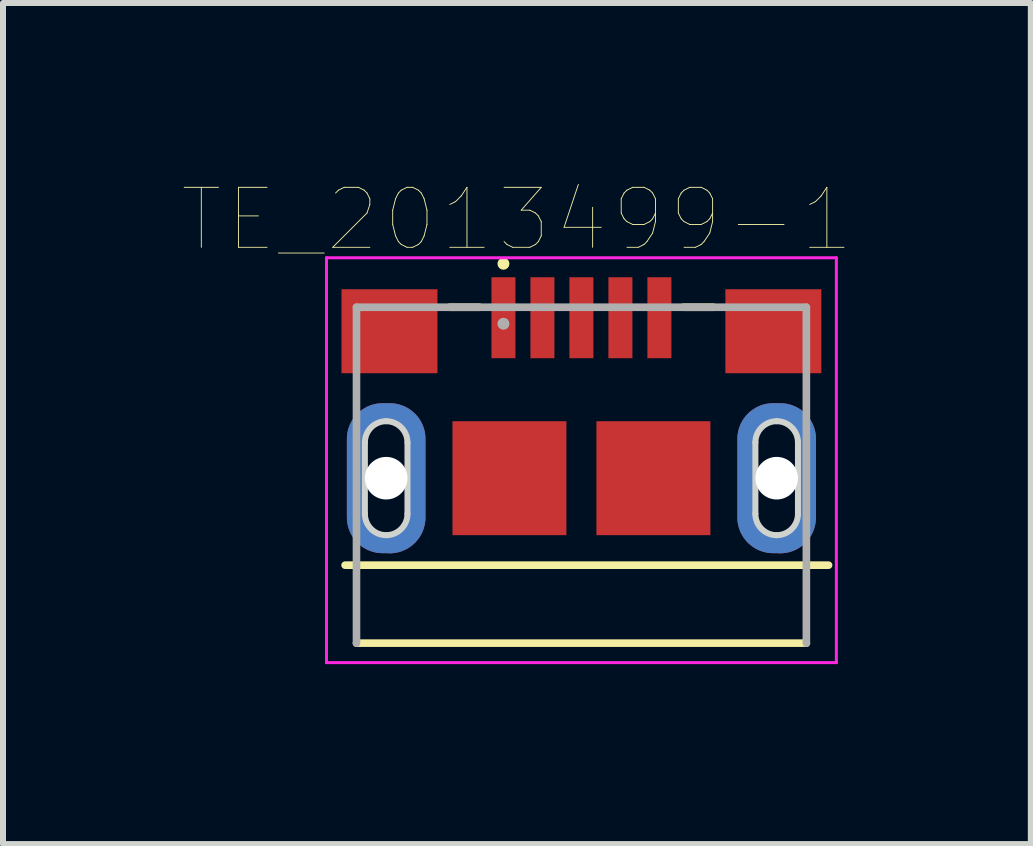
<source format=kicad_pcb>
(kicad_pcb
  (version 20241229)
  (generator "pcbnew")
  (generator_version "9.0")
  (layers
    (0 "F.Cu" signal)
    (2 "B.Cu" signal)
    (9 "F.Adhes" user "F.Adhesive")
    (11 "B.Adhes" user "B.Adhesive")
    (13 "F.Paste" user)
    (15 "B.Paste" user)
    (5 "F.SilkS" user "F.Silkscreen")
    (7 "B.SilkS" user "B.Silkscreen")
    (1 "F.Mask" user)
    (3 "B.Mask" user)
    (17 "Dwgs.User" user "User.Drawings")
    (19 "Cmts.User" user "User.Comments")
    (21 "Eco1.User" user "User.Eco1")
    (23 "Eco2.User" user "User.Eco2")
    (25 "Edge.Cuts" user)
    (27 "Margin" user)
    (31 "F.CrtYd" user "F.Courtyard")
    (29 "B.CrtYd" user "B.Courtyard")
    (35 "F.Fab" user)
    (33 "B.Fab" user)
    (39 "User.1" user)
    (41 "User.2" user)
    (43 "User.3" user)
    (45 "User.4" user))
  (footprint "TE_2013499-1"
    (layer "F.Cu")
    (at 6.643 2.247)
    (property "Reference" "TE_2013499-1" (at -1.075 -1.636 0) (layer "F.SilkS") (effects (font (size 1 1) (thickness 0.015))))
    (attr through_hole)
    (fp_poly (pts (xy -3.61 2.675) (xy -3.61 3.27) (xy -3.61 3.289) (xy -3.608 3.307) (xy -3.606 3.326) (xy -3.602 3.344) (xy -3.598 3.362) (xy -3.593 3.38) (xy -3.586 3.397) (xy -3.579 3.414) (xy -3.571 3.431) (xy -3.562 3.447) (xy -3.553 3.463) (xy -3.542 3.479) (xy -3.531 3.493) (xy -3.519 3.508) (xy -3.506 3.521) (xy -3.493 3.534) (xy -3.478 3.546) (xy -3.464 3.557) (xy -3.448 3.568) (xy -3.433 3.577) (xy -3.416 3.586) (xy -3.399 3.594) (xy -3.382 3.601) (xy -3.365 3.608) (xy -3.347 3.613) (xy -3.329 3.617) (xy -3.311 3.621) (xy -3.292 3.623) (xy -3.274 3.625) (xy -3.255 3.625) (xy -3.236 3.625) (xy -3.218 3.623) (xy -3.199 3.621) (xy -3.181 3.617) (xy -3.163 3.613) (xy -3.145 3.608) (xy -3.128 3.601) (xy -3.111 3.594) (xy -3.094 3.586) (xy -3.078 3.577) (xy -3.062 3.568) (xy -3.046 3.557) (xy -3.032 3.546) (xy -3.017 3.534) (xy -3.004 3.521) (xy -2.991 3.508) (xy -2.979 3.493) (xy -2.968 3.479) (xy -2.957 3.463) (xy -2.948 3.447) (xy -2.939 3.431) (xy -2.931 3.414) (xy -2.924 3.397) (xy -2.917 3.38) (xy -2.912 3.362) (xy -2.908 3.344) (xy -2.904 3.326) (xy -2.902 3.307) (xy -2.9 3.289) (xy -2.9 3.27) (xy -2.9 2.08) (xy -2.9 2.061) (xy -2.902 2.043) (xy -2.904 2.024) (xy -2.908 2.006) (xy -2.912 1.988) (xy -2.917 1.97) (xy -2.924 1.953) (xy -2.931 1.936) (xy -2.939 1.919) (xy -2.948 1.903) (xy -2.957 1.887) (xy -2.968 1.871) (xy -2.979 1.857) (xy -2.991 1.842) (xy -3.004 1.829) (xy -3.017 1.816) (xy -3.032 1.804) (xy -3.046 1.793) (xy -3.062 1.782) (xy -3.078 1.773) (xy -3.094 1.764) (xy -3.111 1.756) (xy -3.128 1.749) (xy -3.145 1.742) (xy -3.163 1.737) (xy -3.181 1.733) (xy -3.199 1.729) (xy -3.218 1.727) (xy -3.236 1.725) (xy -3.255 1.725) (xy -3.274 1.725) (xy -3.292 1.727) (xy -3.311 1.729) (xy -3.329 1.733) (xy -3.347 1.737) (xy -3.365 1.742) (xy -3.382 1.749) (xy -3.399 1.756) (xy -3.416 1.764) (xy -3.433 1.773) (xy -3.448 1.782) (xy -3.464 1.793) (xy -3.478 1.804) (xy -3.493 1.816) (xy -3.506 1.829) (xy -3.519 1.842) (xy -3.531 1.857) (xy -3.542 1.871) (xy -3.553 1.887) (xy -3.562 1.903) (xy -3.571 1.919) (xy -3.579 1.936) (xy -3.586 1.953) (xy -3.593 1.97) (xy -3.598 1.988) (xy -3.602 2.006) (xy -3.606 2.024) (xy -3.608 2.043) (xy -3.61 2.061) (xy -3.61 2.08) (xy -3.61 2.675) (xy -3.91 2.675) (xy -3.91 2.02) (xy -3.909 1.989) (xy -3.907 1.958) (xy -3.903 1.927) (xy -3.897 1.896) (xy -3.89 1.866) (xy -3.881 1.836) (xy -3.87 1.807) (xy -3.859 1.778) (xy -3.845 1.75) (xy -3.83 1.722) (xy -3.814 1.696) (xy -3.796 1.67) (xy -3.777 1.646) (xy -3.757 1.622) (xy -3.736 1.599) (xy -3.713 1.578) (xy -3.689 1.558) (xy -3.665 1.539) (xy -3.639 1.521) (xy -3.612 1.505) (xy -3.585 1.49) (xy -3.557 1.476) (xy -3.528 1.465) (xy -3.499 1.454) (xy -3.469 1.445) (xy -3.439 1.438) (xy -3.408 1.432) (xy -3.377 1.428) (xy -3.346 1.426) (xy -3.315 1.425) (xy -3.195 1.425) (xy -3.164 1.426) (xy -3.133 1.428) (xy -3.102 1.432) (xy -3.071 1.438) (xy -3.041 1.445) (xy -3.011 1.454) (xy -2.982 1.465) (xy -2.953 1.476) (xy -2.925 1.49) (xy -2.897 1.505) (xy -2.871 1.521) (xy -2.845 1.539) (xy -2.821 1.558) (xy -2.797 1.578) (xy -2.774 1.599) (xy -2.753 1.622) (xy -2.733 1.646) (xy -2.714 1.67) (xy -2.696 1.696) (xy -2.68 1.722) (xy -2.665 1.75) (xy -2.651 1.778) (xy -2.64 1.807) (xy -2.629 1.836) (xy -2.62 1.866) (xy -2.613 1.896) (xy -2.607 1.927) (xy -2.603 1.958) (xy -2.601 1.989) (xy -2.6 2.02) (xy -2.6 3.33) (xy -2.601 3.363) (xy -2.604 3.396) (xy -2.608 3.429) (xy -2.615 3.461) (xy -2.623 3.493) (xy -2.633 3.525) (xy -2.644 3.556) (xy -2.657 3.586) (xy -2.672 3.615) (xy -2.689 3.644) (xy -2.707 3.671) (xy -2.727 3.698) (xy -2.748 3.723) (xy -2.77 3.748) (xy -2.794 3.771) (xy -2.819 3.792) (xy -2.845 3.813) (xy -2.872 3.831) (xy -2.9 3.849) (xy -2.929 3.864) (xy -2.959 3.878) (xy -2.99 3.891) (xy -3.021 3.901) (xy -3.053 3.91) (xy -3.085 3.917) (xy -3.118 3.922) (xy -3.151 3.926) (xy -3.184 3.928) (xy -3.217 3.927) (xy -3.255 3.925) (xy -3.315 3.925) (xy -3.346 3.924) (xy -3.377 3.922) (xy -3.408 3.918) (xy -3.439 3.912) (xy -3.469 3.905) (xy -3.499 3.896) (xy -3.528 3.885) (xy -3.557 3.874) (xy -3.585 3.86) (xy -3.612 3.845) (xy -3.639 3.829) (xy -3.665 3.811) (xy -3.689 3.792) (xy -3.713 3.772) (xy -3.736 3.751) (xy -3.757 3.728) (xy -3.777 3.704) (xy -3.796 3.68) (xy -3.814 3.654) (xy -3.83 3.627) (xy -3.845 3.6) (xy -3.859 3.572) (xy -3.87 3.543) (xy -3.881 3.514) (xy -3.89 3.484) (xy -3.897 3.454) (xy -3.903 3.423) (xy -3.907 3.392) (xy -3.909 3.361) (xy -3.91 3.33) (xy -3.91 2.675) (xy -3.61 2.675)) (stroke (width 0) (type solid)) (fill yes) (layer "F.Cu"))
    (fp_poly (pts (xy 2.9 2.675) (xy 2.9 3.27) (xy 2.9 3.289) (xy 2.902 3.307) (xy 2.904 3.326) (xy 2.908 3.344) (xy 2.912 3.362) (xy 2.917 3.38) (xy 2.924 3.397) (xy 2.931 3.414) (xy 2.939 3.431) (xy 2.948 3.447) (xy 2.957 3.463) (xy 2.968 3.479) (xy 2.979 3.493) (xy 2.991 3.508) (xy 3.004 3.521) (xy 3.017 3.534) (xy 3.032 3.546) (xy 3.046 3.557) (xy 3.062 3.568) (xy 3.078 3.577) (xy 3.094 3.586) (xy 3.111 3.594) (xy 3.128 3.601) (xy 3.145 3.608) (xy 3.163 3.613) (xy 3.181 3.617) (xy 3.199 3.621) (xy 3.218 3.623) (xy 3.236 3.625) (xy 3.255 3.625) (xy 3.274 3.625) (xy 3.292 3.623) (xy 3.311 3.621) (xy 3.329 3.617) (xy 3.347 3.613) (xy 3.365 3.608) (xy 3.382 3.601) (xy 3.399 3.594) (xy 3.416 3.586) (xy 3.433 3.577) (xy 3.448 3.568) (xy 3.464 3.557) (xy 3.478 3.546) (xy 3.493 3.534) (xy 3.506 3.521) (xy 3.519 3.508) (xy 3.531 3.493) (xy 3.542 3.479) (xy 3.553 3.463) (xy 3.562 3.447) (xy 3.571 3.431) (xy 3.579 3.414) (xy 3.586 3.397) (xy 3.593 3.38) (xy 3.598 3.362) (xy 3.602 3.344) (xy 3.606 3.326) (xy 3.608 3.307) (xy 3.61 3.289) (xy 3.61 3.27) (xy 3.61 2.08) (xy 3.61 2.061) (xy 3.608 2.043) (xy 3.606 2.024) (xy 3.602 2.006) (xy 3.598 1.988) (xy 3.593 1.97) (xy 3.586 1.953) (xy 3.579 1.936) (xy 3.571 1.919) (xy 3.562 1.903) (xy 3.553 1.887) (xy 3.542 1.871) (xy 3.531 1.857) (xy 3.519 1.842) (xy 3.506 1.829) (xy 3.493 1.816) (xy 3.478 1.804) (xy 3.464 1.793) (xy 3.448 1.782) (xy 3.433 1.773) (xy 3.416 1.764) (xy 3.399 1.756) (xy 3.382 1.749) (xy 3.365 1.742) (xy 3.347 1.737) (xy 3.329 1.733) (xy 3.311 1.729) (xy 3.292 1.727) (xy 3.274 1.725) (xy 3.255 1.725) (xy 3.236 1.725) (xy 3.218 1.727) (xy 3.199 1.729) (xy 3.181 1.733) (xy 3.163 1.737) (xy 3.145 1.742) (xy 3.128 1.749) (xy 3.111 1.756) (xy 3.094 1.764) (xy 3.078 1.773) (xy 3.062 1.782) (xy 3.046 1.793) (xy 3.032 1.804) (xy 3.017 1.816) (xy 3.004 1.829) (xy 2.991 1.842) (xy 2.979 1.857) (xy 2.968 1.871) (xy 2.957 1.887) (xy 2.948 1.903) (xy 2.939 1.919) (xy 2.931 1.936) (xy 2.924 1.953) (xy 2.917 1.97) (xy 2.912 1.988) (xy 2.908 2.006) (xy 2.904 2.024) (xy 2.902 2.043) (xy 2.9 2.061) (xy 2.9 2.08) (xy 2.9 2.675) (xy 2.6 2.675) (xy 2.6 2.02) (xy 2.601 1.989) (xy 2.603 1.958) (xy 2.607 1.927) (xy 2.613 1.896) (xy 2.62 1.866) (xy 2.629 1.836) (xy 2.64 1.807) (xy 2.651 1.778) (xy 2.665 1.75) (xy 2.68 1.722) (xy 2.696 1.696) (xy 2.714 1.67) (xy 2.733 1.646) (xy 2.753 1.622) (xy 2.774 1.599) (xy 2.797 1.578) (xy 2.821 1.558) (xy 2.845 1.539) (xy 2.871 1.521) (xy 2.897 1.505) (xy 2.925 1.49) (xy 2.953 1.476) (xy 2.982 1.465) (xy 3.011 1.454) (xy 3.041 1.445) (xy 3.071 1.438) (xy 3.102 1.432) (xy 3.133 1.428) (xy 3.164 1.426) (xy 3.195 1.425) (xy 3.315 1.425) (xy 3.346 1.426) (xy 3.377 1.428) (xy 3.408 1.432) (xy 3.439 1.438) (xy 3.469 1.445) (xy 3.499 1.454) (xy 3.528 1.465) (xy 3.557 1.476) (xy 3.585 1.49) (xy 3.612 1.505) (xy 3.639 1.521) (xy 3.665 1.539) (xy 3.689 1.558) (xy 3.713 1.578) (xy 3.736 1.599) (xy 3.757 1.622) (xy 3.777 1.646) (xy 3.796 1.67) (xy 3.814 1.696) (xy 3.83 1.722) (xy 3.845 1.75) (xy 3.859 1.778) (xy 3.87 1.807) (xy 3.881 1.836) (xy 3.89 1.866) (xy 3.897 1.896) (xy 3.903 1.927) (xy 3.907 1.958) (xy 3.909 1.989) (xy 3.91 2.02) (xy 3.91 3.33) (xy 3.909 3.363) (xy 3.906 3.396) (xy 3.902 3.429) (xy 3.895 3.461) (xy 3.887 3.493) (xy 3.877 3.525) (xy 3.866 3.556) (xy 3.853 3.586) (xy 3.838 3.615) (xy 3.821 3.644) (xy 3.803 3.671) (xy 3.783 3.698) (xy 3.762 3.723) (xy 3.74 3.748) (xy 3.716 3.771) (xy 3.691 3.792) (xy 3.665 3.813) (xy 3.638 3.831) (xy 3.61 3.849) (xy 3.581 3.864) (xy 3.551 3.878) (xy 3.52 3.891) (xy 3.489 3.901) (xy 3.457 3.91) (xy 3.425 3.917) (xy 3.392 3.922) (xy 3.359 3.926) (xy 3.326 3.928) (xy 3.293 3.927) (xy 3.255 3.925) (xy 3.195 3.925) (xy 3.164 3.924) (xy 3.133 3.922) (xy 3.102 3.918) (xy 3.071 3.912) (xy 3.041 3.905) (xy 3.011 3.896) (xy 2.982 3.885) (xy 2.953 3.874) (xy 2.925 3.86) (xy 2.897 3.845) (xy 2.871 3.829) (xy 2.845 3.811) (xy 2.821 3.792) (xy 2.797 3.772) (xy 2.774 3.751) (xy 2.753 3.728) (xy 2.733 3.704) (xy 2.714 3.68) (xy 2.696 3.654) (xy 2.68 3.627) (xy 2.665 3.6) (xy 2.651 3.572) (xy 2.64 3.543) (xy 2.629 3.514) (xy 2.62 3.484) (xy 2.613 3.454) (xy 2.607 3.423) (xy 2.603 3.392) (xy 2.601 3.361) (xy 2.6 3.33) (xy 2.6 2.675) (xy 2.9 2.675)) (stroke (width 0) (type solid)) (fill yes) (layer "F.Cu"))
    (fp_poly (pts (xy -3.61 2.675) (xy -3.61 3.27) (xy -3.61 3.289) (xy -3.608 3.307) (xy -3.606 3.326) (xy -3.602 3.344) (xy -3.598 3.362) (xy -3.593 3.38) (xy -3.586 3.397) (xy -3.579 3.414) (xy -3.571 3.431) (xy -3.562 3.447) (xy -3.553 3.463) (xy -3.542 3.479) (xy -3.531 3.493) (xy -3.519 3.508) (xy -3.506 3.521) (xy -3.493 3.534) (xy -3.478 3.546) (xy -3.464 3.557) (xy -3.448 3.568) (xy -3.433 3.577) (xy -3.416 3.586) (xy -3.399 3.594) (xy -3.382 3.601) (xy -3.365 3.608) (xy -3.347 3.613) (xy -3.329 3.617) (xy -3.311 3.621) (xy -3.292 3.623) (xy -3.274 3.625) (xy -3.255 3.625) (xy -3.236 3.625) (xy -3.218 3.623) (xy -3.199 3.621) (xy -3.181 3.617) (xy -3.163 3.613) (xy -3.145 3.608) (xy -3.128 3.601) (xy -3.111 3.594) (xy -3.094 3.586) (xy -3.078 3.577) (xy -3.062 3.568) (xy -3.046 3.557) (xy -3.032 3.546) (xy -3.017 3.534) (xy -3.004 3.521) (xy -2.991 3.508) (xy -2.979 3.493) (xy -2.968 3.479) (xy -2.957 3.463) (xy -2.948 3.447) (xy -2.939 3.431) (xy -2.931 3.414) (xy -2.924 3.397) (xy -2.917 3.38) (xy -2.912 3.362) (xy -2.908 3.344) (xy -2.904 3.326) (xy -2.902 3.307) (xy -2.9 3.289) (xy -2.9 3.27) (xy -2.9 2.08) (xy -2.9 2.061) (xy -2.902 2.043) (xy -2.904 2.024) (xy -2.908 2.006) (xy -2.912 1.988) (xy -2.917 1.97) (xy -2.924 1.953) (xy -2.931 1.936) (xy -2.939 1.919) (xy -2.948 1.903) (xy -2.957 1.887) (xy -2.968 1.871) (xy -2.979 1.857) (xy -2.991 1.842) (xy -3.004 1.829) (xy -3.017 1.816) (xy -3.032 1.804) (xy -3.046 1.793) (xy -3.062 1.782) (xy -3.078 1.773) (xy -3.094 1.764) (xy -3.111 1.756) (xy -3.128 1.749) (xy -3.145 1.742) (xy -3.163 1.737) (xy -3.181 1.733) (xy -3.199 1.729) (xy -3.218 1.727) (xy -3.236 1.725) (xy -3.255 1.725) (xy -3.274 1.725) (xy -3.292 1.727) (xy -3.311 1.729) (xy -3.329 1.733) (xy -3.347 1.737) (xy -3.365 1.742) (xy -3.382 1.749) (xy -3.399 1.756) (xy -3.416 1.764) (xy -3.433 1.773) (xy -3.448 1.782) (xy -3.464 1.793) (xy -3.478 1.804) (xy -3.493 1.816) (xy -3.506 1.829) (xy -3.519 1.842) (xy -3.531 1.857) (xy -3.542 1.871) (xy -3.553 1.887) (xy -3.562 1.903) (xy -3.571 1.919) (xy -3.579 1.936) (xy -3.586 1.953) (xy -3.593 1.97) (xy -3.598 1.988) (xy -3.602 2.006) (xy -3.606 2.024) (xy -3.608 2.043) (xy -3.61 2.061) (xy -3.61 2.08) (xy -3.61 2.675) (xy -3.91 2.675) (xy -3.91 2.02) (xy -3.909 1.989) (xy -3.907 1.958) (xy -3.903 1.927) (xy -3.897 1.896) (xy -3.89 1.866) (xy -3.881 1.836) (xy -3.87 1.807) (xy -3.859 1.778) (xy -3.845 1.75) (xy -3.83 1.722) (xy -3.814 1.696) (xy -3.796 1.67) (xy -3.777 1.646) (xy -3.757 1.622) (xy -3.736 1.599) (xy -3.713 1.578) (xy -3.689 1.558) (xy -3.665 1.539) (xy -3.639 1.521) (xy -3.612 1.505) (xy -3.585 1.49) (xy -3.557 1.476) (xy -3.528 1.465) (xy -3.499 1.454) (xy -3.469 1.445) (xy -3.439 1.438) (xy -3.408 1.432) (xy -3.377 1.428) (xy -3.346 1.426) (xy -3.315 1.425) (xy -3.195 1.425) (xy -3.164 1.426) (xy -3.133 1.428) (xy -3.102 1.432) (xy -3.071 1.438) (xy -3.041 1.445) (xy -3.011 1.454) (xy -2.982 1.465) (xy -2.953 1.476) (xy -2.925 1.49) (xy -2.897 1.505) (xy -2.871 1.521) (xy -2.845 1.539) (xy -2.821 1.558) (xy -2.797 1.578) (xy -2.774 1.599) (xy -2.753 1.622) (xy -2.733 1.646) (xy -2.714 1.67) (xy -2.696 1.696) (xy -2.68 1.722) (xy -2.665 1.75) (xy -2.651 1.778) (xy -2.64 1.807) (xy -2.629 1.836) (xy -2.62 1.866) (xy -2.613 1.896) (xy -2.607 1.927) (xy -2.603 1.958) (xy -2.601 1.989) (xy -2.6 2.02) (xy -2.6 3.33) (xy -2.601 3.363) (xy -2.604 3.396) (xy -2.608 3.429) (xy -2.615 3.461) (xy -2.623 3.493) (xy -2.633 3.525) (xy -2.644 3.556) (xy -2.657 3.586) (xy -2.672 3.615) (xy -2.689 3.644) (xy -2.707 3.671) (xy -2.727 3.698) (xy -2.748 3.723) (xy -2.77 3.748) (xy -2.794 3.771) (xy -2.819 3.792) (xy -2.845 3.813) (xy -2.872 3.831) (xy -2.9 3.849) (xy -2.929 3.864) (xy -2.959 3.878) (xy -2.99 3.891) (xy -3.021 3.901) (xy -3.053 3.91) (xy -3.085 3.917) (xy -3.118 3.922) (xy -3.151 3.926) (xy -3.184 3.928) (xy -3.217 3.927) (xy -3.255 3.925) (xy -3.315 3.925) (xy -3.346 3.924) (xy -3.377 3.922) (xy -3.408 3.918) (xy -3.439 3.912) (xy -3.469 3.905) (xy -3.499 3.896) (xy -3.528 3.885) (xy -3.557 3.874) (xy -3.585 3.86) (xy -3.612 3.845) (xy -3.639 3.829) (xy -3.665 3.811) (xy -3.689 3.792) (xy -3.713 3.772) (xy -3.736 3.751) (xy -3.757 3.728) (xy -3.777 3.704) (xy -3.796 3.68) (xy -3.814 3.654) (xy -3.83 3.627) (xy -3.845 3.6) (xy -3.859 3.572) (xy -3.87 3.543) (xy -3.881 3.514) (xy -3.89 3.484) (xy -3.897 3.454) (xy -3.903 3.423) (xy -3.907 3.392) (xy -3.909 3.361) (xy -3.91 3.33) (xy -3.91 2.675) (xy -3.61 2.675)) (stroke (width 0) (type solid)) (fill yes) (layer "F.Mask"))
    (fp_poly (pts (xy 2.9 2.675) (xy 2.9 3.27) (xy 2.9 3.289) (xy 2.902 3.307) (xy 2.904 3.326) (xy 2.908 3.344) (xy 2.912 3.362) (xy 2.917 3.38) (xy 2.924 3.397) (xy 2.931 3.414) (xy 2.939 3.431) (xy 2.948 3.447) (xy 2.957 3.463) (xy 2.968 3.479) (xy 2.979 3.493) (xy 2.991 3.508) (xy 3.004 3.521) (xy 3.017 3.534) (xy 3.032 3.546) (xy 3.046 3.557) (xy 3.062 3.568) (xy 3.078 3.577) (xy 3.094 3.586) (xy 3.111 3.594) (xy 3.128 3.601) (xy 3.145 3.608) (xy 3.163 3.613) (xy 3.181 3.617) (xy 3.199 3.621) (xy 3.218 3.623) (xy 3.236 3.625) (xy 3.255 3.625) (xy 3.274 3.625) (xy 3.292 3.623) (xy 3.311 3.621) (xy 3.329 3.617) (xy 3.347 3.613) (xy 3.365 3.608) (xy 3.382 3.601) (xy 3.399 3.594) (xy 3.416 3.586) (xy 3.433 3.577) (xy 3.448 3.568) (xy 3.464 3.557) (xy 3.478 3.546) (xy 3.493 3.534) (xy 3.506 3.521) (xy 3.519 3.508) (xy 3.531 3.493) (xy 3.542 3.479) (xy 3.553 3.463) (xy 3.562 3.447) (xy 3.571 3.431) (xy 3.579 3.414) (xy 3.586 3.397) (xy 3.593 3.38) (xy 3.598 3.362) (xy 3.602 3.344) (xy 3.606 3.326) (xy 3.608 3.307) (xy 3.61 3.289) (xy 3.61 3.27) (xy 3.61 2.08) (xy 3.61 2.061) (xy 3.608 2.043) (xy 3.606 2.024) (xy 3.602 2.006) (xy 3.598 1.988) (xy 3.593 1.97) (xy 3.586 1.953) (xy 3.579 1.936) (xy 3.571 1.919) (xy 3.562 1.903) (xy 3.553 1.887) (xy 3.542 1.871) (xy 3.531 1.857) (xy 3.519 1.842) (xy 3.506 1.829) (xy 3.493 1.816) (xy 3.478 1.804) (xy 3.464 1.793) (xy 3.448 1.782) (xy 3.433 1.773) (xy 3.416 1.764) (xy 3.399 1.756) (xy 3.382 1.749) (xy 3.365 1.742) (xy 3.347 1.737) (xy 3.329 1.733) (xy 3.311 1.729) (xy 3.292 1.727) (xy 3.274 1.725) (xy 3.255 1.725) (xy 3.236 1.725) (xy 3.218 1.727) (xy 3.199 1.729) (xy 3.181 1.733) (xy 3.163 1.737) (xy 3.145 1.742) (xy 3.128 1.749) (xy 3.111 1.756) (xy 3.094 1.764) (xy 3.078 1.773) (xy 3.062 1.782) (xy 3.046 1.793) (xy 3.032 1.804) (xy 3.017 1.816) (xy 3.004 1.829) (xy 2.991 1.842) (xy 2.979 1.857) (xy 2.968 1.871) (xy 2.957 1.887) (xy 2.948 1.903) (xy 2.939 1.919) (xy 2.931 1.936) (xy 2.924 1.953) (xy 2.917 1.97) (xy 2.912 1.988) (xy 2.908 2.006) (xy 2.904 2.024) (xy 2.902 2.043) (xy 2.9 2.061) (xy 2.9 2.08) (xy 2.9 2.675) (xy 2.6 2.675) (xy 2.6 2.02) (xy 2.601 1.989) (xy 2.603 1.958) (xy 2.607 1.927) (xy 2.613 1.896) (xy 2.62 1.866) (xy 2.629 1.836) (xy 2.64 1.807) (xy 2.651 1.778) (xy 2.665 1.75) (xy 2.68 1.722) (xy 2.696 1.696) (xy 2.714 1.67) (xy 2.733 1.646) (xy 2.753 1.622) (xy 2.774 1.599) (xy 2.797 1.578) (xy 2.821 1.558) (xy 2.845 1.539) (xy 2.871 1.521) (xy 2.897 1.505) (xy 2.925 1.49) (xy 2.953 1.476) (xy 2.982 1.465) (xy 3.011 1.454) (xy 3.041 1.445) (xy 3.071 1.438) (xy 3.102 1.432) (xy 3.133 1.428) (xy 3.164 1.426) (xy 3.195 1.425) (xy 3.315 1.425) (xy 3.346 1.426) (xy 3.377 1.428) (xy 3.408 1.432) (xy 3.439 1.438) (xy 3.469 1.445) (xy 3.499 1.454) (xy 3.528 1.465) (xy 3.557 1.476) (xy 3.585 1.49) (xy 3.612 1.505) (xy 3.639 1.521) (xy 3.665 1.539) (xy 3.689 1.558) (xy 3.713 1.578) (xy 3.736 1.599) (xy 3.757 1.622) (xy 3.777 1.646) (xy 3.796 1.67) (xy 3.814 1.696) (xy 3.83 1.722) (xy 3.845 1.75) (xy 3.859 1.778) (xy 3.87 1.807) (xy 3.881 1.836) (xy 3.89 1.866) (xy 3.897 1.896) (xy 3.903 1.927) (xy 3.907 1.958) (xy 3.909 1.989) (xy 3.91 2.02) (xy 3.91 3.33) (xy 3.909 3.363) (xy 3.906 3.396) (xy 3.902 3.429) (xy 3.895 3.461) (xy 3.887 3.493) (xy 3.877 3.525) (xy 3.866 3.556) (xy 3.853 3.586) (xy 3.838 3.615) (xy 3.821 3.644) (xy 3.803 3.671) (xy 3.783 3.698) (xy 3.762 3.723) (xy 3.74 3.748) (xy 3.716 3.771) (xy 3.691 3.792) (xy 3.665 3.813) (xy 3.638 3.831) (xy 3.61 3.849) (xy 3.581 3.864) (xy 3.551 3.878) (xy 3.52 3.891) (xy 3.489 3.901) (xy 3.457 3.91) (xy 3.425 3.917) (xy 3.392 3.922) (xy 3.359 3.926) (xy 3.326 3.928) (xy 3.293 3.927) (xy 3.255 3.925) (xy 3.195 3.925) (xy 3.164 3.924) (xy 3.133 3.922) (xy 3.102 3.918) (xy 3.071 3.912) (xy 3.041 3.905) (xy 3.011 3.896) (xy 2.982 3.885) (xy 2.953 3.874) (xy 2.925 3.86) (xy 2.897 3.845) (xy 2.871 3.829) (xy 2.845 3.811) (xy 2.821 3.792) (xy 2.797 3.772) (xy 2.774 3.751) (xy 2.753 3.728) (xy 2.733 3.704) (xy 2.714 3.68) (xy 2.696 3.654) (xy 2.68 3.627) (xy 2.665 3.6) (xy 2.651 3.572) (xy 2.64 3.543) (xy 2.629 3.514) (xy 2.62 3.484) (xy 2.613 3.454) (xy 2.607 3.423) (xy 2.603 3.392) (xy 2.601 3.361) (xy 2.6 3.33) (xy 2.6 2.675) (xy 2.9 2.675)) (stroke (width 0) (type solid)) (fill yes) (layer "F.Mask"))
    (fp_poly (pts (xy -3.61 2.675) (xy -3.61 3.27) (xy -3.61 3.289) (xy -3.608 3.307) (xy -3.606 3.326) (xy -3.602 3.344) (xy -3.598 3.362) (xy -3.593 3.38) (xy -3.586 3.397) (xy -3.579 3.414) (xy -3.571 3.431) (xy -3.562 3.447) (xy -3.553 3.463) (xy -3.542 3.479) (xy -3.531 3.493) (xy -3.519 3.508) (xy -3.506 3.521) (xy -3.493 3.534) (xy -3.478 3.546) (xy -3.464 3.557) (xy -3.448 3.568) (xy -3.433 3.577) (xy -3.416 3.586) (xy -3.399 3.594) (xy -3.382 3.601) (xy -3.365 3.608) (xy -3.347 3.613) (xy -3.329 3.617) (xy -3.311 3.621) (xy -3.292 3.623) (xy -3.274 3.625) (xy -3.255 3.625) (xy -3.236 3.625) (xy -3.218 3.623) (xy -3.199 3.621) (xy -3.181 3.617) (xy -3.163 3.613) (xy -3.145 3.608) (xy -3.128 3.601) (xy -3.111 3.594) (xy -3.094 3.586) (xy -3.078 3.577) (xy -3.062 3.568) (xy -3.046 3.557) (xy -3.032 3.546) (xy -3.017 3.534) (xy -3.004 3.521) (xy -2.991 3.508) (xy -2.979 3.493) (xy -2.968 3.479) (xy -2.957 3.463) (xy -2.948 3.447) (xy -2.939 3.431) (xy -2.931 3.414) (xy -2.924 3.397) (xy -2.917 3.38) (xy -2.912 3.362) (xy -2.908 3.344) (xy -2.904 3.326) (xy -2.902 3.307) (xy -2.9 3.289) (xy -2.9 3.27) (xy -2.9 2.08) (xy -2.9 2.061) (xy -2.902 2.043) (xy -2.904 2.024) (xy -2.908 2.006) (xy -2.912 1.988) (xy -2.917 1.97) (xy -2.924 1.953) (xy -2.931 1.936) (xy -2.939 1.919) (xy -2.948 1.903) (xy -2.957 1.887) (xy -2.968 1.871) (xy -2.979 1.857) (xy -2.991 1.842) (xy -3.004 1.829) (xy -3.017 1.816) (xy -3.032 1.804) (xy -3.046 1.793) (xy -3.062 1.782) (xy -3.078 1.773) (xy -3.094 1.764) (xy -3.111 1.756) (xy -3.128 1.749) (xy -3.145 1.742) (xy -3.163 1.737) (xy -3.181 1.733) (xy -3.199 1.729) (xy -3.218 1.727) (xy -3.236 1.725) (xy -3.255 1.725) (xy -3.274 1.725) (xy -3.292 1.727) (xy -3.311 1.729) (xy -3.329 1.733) (xy -3.347 1.737) (xy -3.365 1.742) (xy -3.382 1.749) (xy -3.399 1.756) (xy -3.416 1.764) (xy -3.433 1.773) (xy -3.448 1.782) (xy -3.464 1.793) (xy -3.478 1.804) (xy -3.493 1.816) (xy -3.506 1.829) (xy -3.519 1.842) (xy -3.531 1.857) (xy -3.542 1.871) (xy -3.553 1.887) (xy -3.562 1.903) (xy -3.571 1.919) (xy -3.579 1.936) (xy -3.586 1.953) (xy -3.593 1.97) (xy -3.598 1.988) (xy -3.602 2.006) (xy -3.606 2.024) (xy -3.608 2.043) (xy -3.61 2.061) (xy -3.61 2.08) (xy -3.61 2.675) (xy -3.91 2.675) (xy -3.91 2.02) (xy -3.909 1.989) (xy -3.907 1.958) (xy -3.903 1.927) (xy -3.897 1.896) (xy -3.89 1.866) (xy -3.881 1.836) (xy -3.87 1.807) (xy -3.859 1.778) (xy -3.845 1.75) (xy -3.83 1.722) (xy -3.814 1.696) (xy -3.796 1.67) (xy -3.777 1.646) (xy -3.757 1.622) (xy -3.736 1.599) (xy -3.713 1.578) (xy -3.689 1.558) (xy -3.665 1.539) (xy -3.639 1.521) (xy -3.612 1.505) (xy -3.585 1.49) (xy -3.557 1.476) (xy -3.528 1.465) (xy -3.499 1.454) (xy -3.469 1.445) (xy -3.439 1.438) (xy -3.408 1.432) (xy -3.377 1.428) (xy -3.346 1.426) (xy -3.315 1.425) (xy -3.195 1.425) (xy -3.164 1.426) (xy -3.133 1.428) (xy -3.102 1.432) (xy -3.071 1.438) (xy -3.041 1.445) (xy -3.011 1.454) (xy -2.982 1.465) (xy -2.953 1.476) (xy -2.925 1.49) (xy -2.897 1.505) (xy -2.871 1.521) (xy -2.845 1.539) (xy -2.821 1.558) (xy -2.797 1.578) (xy -2.774 1.599) (xy -2.753 1.622) (xy -2.733 1.646) (xy -2.714 1.67) (xy -2.696 1.696) (xy -2.68 1.722) (xy -2.665 1.75) (xy -2.651 1.778) (xy -2.64 1.807) (xy -2.629 1.836) (xy -2.62 1.866) (xy -2.613 1.896) (xy -2.607 1.927) (xy -2.603 1.958) (xy -2.601 1.989) (xy -2.6 2.02) (xy -2.6 3.33) (xy -2.601 3.363) (xy -2.604 3.396) (xy -2.608 3.429) (xy -2.615 3.461) (xy -2.623 3.493) (xy -2.633 3.525) (xy -2.644 3.556) (xy -2.657 3.586) (xy -2.672 3.615) (xy -2.689 3.644) (xy -2.707 3.671) (xy -2.727 3.698) (xy -2.748 3.723) (xy -2.77 3.748) (xy -2.794 3.771) (xy -2.819 3.792) (xy -2.845 3.813) (xy -2.872 3.831) (xy -2.9 3.849) (xy -2.929 3.864) (xy -2.959 3.878) (xy -2.99 3.891) (xy -3.021 3.901) (xy -3.053 3.91) (xy -3.085 3.917) (xy -3.118 3.922) (xy -3.151 3.926) (xy -3.184 3.928) (xy -3.217 3.927) (xy -3.255 3.925) (xy -3.315 3.925) (xy -3.346 3.924) (xy -3.377 3.922) (xy -3.408 3.918) (xy -3.439 3.912) (xy -3.469 3.905) (xy -3.499 3.896) (xy -3.528 3.885) (xy -3.557 3.874) (xy -3.585 3.86) (xy -3.612 3.845) (xy -3.639 3.829) (xy -3.665 3.811) (xy -3.689 3.792) (xy -3.713 3.772) (xy -3.736 3.751) (xy -3.757 3.728) (xy -3.777 3.704) (xy -3.796 3.68) (xy -3.814 3.654) (xy -3.83 3.627) (xy -3.845 3.6) (xy -3.859 3.572) (xy -3.87 3.543) (xy -3.881 3.514) (xy -3.89 3.484) (xy -3.897 3.454) (xy -3.903 3.423) (xy -3.907 3.392) (xy -3.909 3.361) (xy -3.91 3.33) (xy -3.91 2.675) (xy -3.61 2.675)) (stroke (width 0) (type solid)) (fill yes) (layer "B.Cu"))
    (fp_poly (pts (xy 2.9 2.675) (xy 2.9 3.27) (xy 2.9 3.289) (xy 2.902 3.307) (xy 2.904 3.326) (xy 2.908 3.344) (xy 2.912 3.362) (xy 2.917 3.38) (xy 2.924 3.397) (xy 2.931 3.414) (xy 2.939 3.431) (xy 2.948 3.447) (xy 2.957 3.463) (xy 2.968 3.479) (xy 2.979 3.493) (xy 2.991 3.508) (xy 3.004 3.521) (xy 3.017 3.534) (xy 3.032 3.546) (xy 3.046 3.557) (xy 3.062 3.568) (xy 3.078 3.577) (xy 3.094 3.586) (xy 3.111 3.594) (xy 3.128 3.601) (xy 3.145 3.608) (xy 3.163 3.613) (xy 3.181 3.617) (xy 3.199 3.621) (xy 3.218 3.623) (xy 3.236 3.625) (xy 3.255 3.625) (xy 3.274 3.625) (xy 3.292 3.623) (xy 3.311 3.621) (xy 3.329 3.617) (xy 3.347 3.613) (xy 3.365 3.608) (xy 3.382 3.601) (xy 3.399 3.594) (xy 3.416 3.586) (xy 3.433 3.577) (xy 3.448 3.568) (xy 3.464 3.557) (xy 3.478 3.546) (xy 3.493 3.534) (xy 3.506 3.521) (xy 3.519 3.508) (xy 3.531 3.493) (xy 3.542 3.479) (xy 3.553 3.463) (xy 3.562 3.447) (xy 3.571 3.431) (xy 3.579 3.414) (xy 3.586 3.397) (xy 3.593 3.38) (xy 3.598 3.362) (xy 3.602 3.344) (xy 3.606 3.326) (xy 3.608 3.307) (xy 3.61 3.289) (xy 3.61 3.27) (xy 3.61 2.08) (xy 3.61 2.061) (xy 3.608 2.043) (xy 3.606 2.024) (xy 3.602 2.006) (xy 3.598 1.988) (xy 3.593 1.97) (xy 3.586 1.953) (xy 3.579 1.936) (xy 3.571 1.919) (xy 3.562 1.903) (xy 3.553 1.887) (xy 3.542 1.871) (xy 3.531 1.857) (xy 3.519 1.842) (xy 3.506 1.829) (xy 3.493 1.816) (xy 3.478 1.804) (xy 3.464 1.793) (xy 3.448 1.782) (xy 3.433 1.773) (xy 3.416 1.764) (xy 3.399 1.756) (xy 3.382 1.749) (xy 3.365 1.742) (xy 3.347 1.737) (xy 3.329 1.733) (xy 3.311 1.729) (xy 3.292 1.727) (xy 3.274 1.725) (xy 3.255 1.725) (xy 3.236 1.725) (xy 3.218 1.727) (xy 3.199 1.729) (xy 3.181 1.733) (xy 3.163 1.737) (xy 3.145 1.742) (xy 3.128 1.749) (xy 3.111 1.756) (xy 3.094 1.764) (xy 3.078 1.773) (xy 3.062 1.782) (xy 3.046 1.793) (xy 3.032 1.804) (xy 3.017 1.816) (xy 3.004 1.829) (xy 2.991 1.842) (xy 2.979 1.857) (xy 2.968 1.871) (xy 2.957 1.887) (xy 2.948 1.903) (xy 2.939 1.919) (xy 2.931 1.936) (xy 2.924 1.953) (xy 2.917 1.97) (xy 2.912 1.988) (xy 2.908 2.006) (xy 2.904 2.024) (xy 2.902 2.043) (xy 2.9 2.061) (xy 2.9 2.08) (xy 2.9 2.675) (xy 2.6 2.675) (xy 2.6 2.02) (xy 2.601 1.989) (xy 2.603 1.958) (xy 2.607 1.927) (xy 2.613 1.896) (xy 2.62 1.866) (xy 2.629 1.836) (xy 2.64 1.807) (xy 2.651 1.778) (xy 2.665 1.75) (xy 2.68 1.722) (xy 2.696 1.696) (xy 2.714 1.67) (xy 2.733 1.646) (xy 2.753 1.622) (xy 2.774 1.599) (xy 2.797 1.578) (xy 2.821 1.558) (xy 2.845 1.539) (xy 2.871 1.521) (xy 2.897 1.505) (xy 2.925 1.49) (xy 2.953 1.476) (xy 2.982 1.465) (xy 3.011 1.454) (xy 3.041 1.445) (xy 3.071 1.438) (xy 3.102 1.432) (xy 3.133 1.428) (xy 3.164 1.426) (xy 3.195 1.425) (xy 3.315 1.425) (xy 3.346 1.426) (xy 3.377 1.428) (xy 3.408 1.432) (xy 3.439 1.438) (xy 3.469 1.445) (xy 3.499 1.454) (xy 3.528 1.465) (xy 3.557 1.476) (xy 3.585 1.49) (xy 3.612 1.505) (xy 3.639 1.521) (xy 3.665 1.539) (xy 3.689 1.558) (xy 3.713 1.578) (xy 3.736 1.599) (xy 3.757 1.622) (xy 3.777 1.646) (xy 3.796 1.67) (xy 3.814 1.696) (xy 3.83 1.722) (xy 3.845 1.75) (xy 3.859 1.778) (xy 3.87 1.807) (xy 3.881 1.836) (xy 3.89 1.866) (xy 3.897 1.896) (xy 3.903 1.927) (xy 3.907 1.958) (xy 3.909 1.989) (xy 3.91 2.02) (xy 3.91 3.33) (xy 3.909 3.363) (xy 3.906 3.396) (xy 3.902 3.429) (xy 3.895 3.461) (xy 3.887 3.493) (xy 3.877 3.525) (xy 3.866 3.556) (xy 3.853 3.586) (xy 3.838 3.615) (xy 3.821 3.644) (xy 3.803 3.671) (xy 3.783 3.698) (xy 3.762 3.723) (xy 3.74 3.748) (xy 3.716 3.771) (xy 3.691 3.792) (xy 3.665 3.813) (xy 3.638 3.831) (xy 3.61 3.849) (xy 3.581 3.864) (xy 3.551 3.878) (xy 3.52 3.891) (xy 3.489 3.901) (xy 3.457 3.91) (xy 3.425 3.917) (xy 3.392 3.922) (xy 3.359 3.926) (xy 3.326 3.928) (xy 3.293 3.927) (xy 3.255 3.925) (xy 3.195 3.925) (xy 3.164 3.924) (xy 3.133 3.922) (xy 3.102 3.918) (xy 3.071 3.912) (xy 3.041 3.905) (xy 3.011 3.896) (xy 2.982 3.885) (xy 2.953 3.874) (xy 2.925 3.86) (xy 2.897 3.845) (xy 2.871 3.829) (xy 2.845 3.811) (xy 2.821 3.792) (xy 2.797 3.772) (xy 2.774 3.751) (xy 2.753 3.728) (xy 2.733 3.704) (xy 2.714 3.68) (xy 2.696 3.654) (xy 2.68 3.627) (xy 2.665 3.6) (xy 2.651 3.572) (xy 2.64 3.543) (xy 2.629 3.514) (xy 2.62 3.484) (xy 2.613 3.454) (xy 2.607 3.423) (xy 2.603 3.392) (xy 2.601 3.361) (xy 2.6 3.33) (xy 2.6 2.675) (xy 2.9 2.675)) (stroke (width 0) (type solid)) (fill yes) (layer "B.Cu"))
    (fp_poly (pts (xy -3.61 2.675) (xy -3.61 3.27) (xy -3.61 3.289) (xy -3.608 3.307) (xy -3.606 3.326) (xy -3.602 3.344) (xy -3.598 3.362) (xy -3.593 3.38) (xy -3.586 3.397) (xy -3.579 3.414) (xy -3.571 3.431) (xy -3.562 3.447) (xy -3.553 3.463) (xy -3.542 3.479) (xy -3.531 3.493) (xy -3.519 3.508) (xy -3.506 3.521) (xy -3.493 3.534) (xy -3.478 3.546) (xy -3.464 3.557) (xy -3.448 3.568) (xy -3.433 3.577) (xy -3.416 3.586) (xy -3.399 3.594) (xy -3.382 3.601) (xy -3.365 3.608) (xy -3.347 3.613) (xy -3.329 3.617) (xy -3.311 3.621) (xy -3.292 3.623) (xy -3.274 3.625) (xy -3.255 3.625) (xy -3.236 3.625) (xy -3.218 3.623) (xy -3.199 3.621) (xy -3.181 3.617) (xy -3.163 3.613) (xy -3.145 3.608) (xy -3.128 3.601) (xy -3.111 3.594) (xy -3.094 3.586) (xy -3.078 3.577) (xy -3.062 3.568) (xy -3.046 3.557) (xy -3.032 3.546) (xy -3.017 3.534) (xy -3.004 3.521) (xy -2.991 3.508) (xy -2.979 3.493) (xy -2.968 3.479) (xy -2.957 3.463) (xy -2.948 3.447) (xy -2.939 3.431) (xy -2.931 3.414) (xy -2.924 3.397) (xy -2.917 3.38) (xy -2.912 3.362) (xy -2.908 3.344) (xy -2.904 3.326) (xy -2.902 3.307) (xy -2.9 3.289) (xy -2.9 3.27) (xy -2.9 2.08) (xy -2.9 2.061) (xy -2.902 2.043) (xy -2.904 2.024) (xy -2.908 2.006) (xy -2.912 1.988) (xy -2.917 1.97) (xy -2.924 1.953) (xy -2.931 1.936) (xy -2.939 1.919) (xy -2.948 1.903) (xy -2.957 1.887) (xy -2.968 1.871) (xy -2.979 1.857) (xy -2.991 1.842) (xy -3.004 1.829) (xy -3.017 1.816) (xy -3.032 1.804) (xy -3.046 1.793) (xy -3.062 1.782) (xy -3.078 1.773) (xy -3.094 1.764) (xy -3.111 1.756) (xy -3.128 1.749) (xy -3.145 1.742) (xy -3.163 1.737) (xy -3.181 1.733) (xy -3.199 1.729) (xy -3.218 1.727) (xy -3.236 1.725) (xy -3.255 1.725) (xy -3.274 1.725) (xy -3.292 1.727) (xy -3.311 1.729) (xy -3.329 1.733) (xy -3.347 1.737) (xy -3.365 1.742) (xy -3.382 1.749) (xy -3.399 1.756) (xy -3.416 1.764) (xy -3.433 1.773) (xy -3.448 1.782) (xy -3.464 1.793) (xy -3.478 1.804) (xy -3.493 1.816) (xy -3.506 1.829) (xy -3.519 1.842) (xy -3.531 1.857) (xy -3.542 1.871) (xy -3.553 1.887) (xy -3.562 1.903) (xy -3.571 1.919) (xy -3.579 1.936) (xy -3.586 1.953) (xy -3.593 1.97) (xy -3.598 1.988) (xy -3.602 2.006) (xy -3.606 2.024) (xy -3.608 2.043) (xy -3.61 2.061) (xy -3.61 2.08) (xy -3.61 2.675) (xy -3.91 2.675) (xy -3.91 2.02) (xy -3.909 1.989) (xy -3.907 1.958) (xy -3.903 1.927) (xy -3.897 1.896) (xy -3.89 1.866) (xy -3.881 1.836) (xy -3.87 1.807) (xy -3.859 1.778) (xy -3.845 1.75) (xy -3.83 1.722) (xy -3.814 1.696) (xy -3.796 1.67) (xy -3.777 1.646) (xy -3.757 1.622) (xy -3.736 1.599) (xy -3.713 1.578) (xy -3.689 1.558) (xy -3.665 1.539) (xy -3.639 1.521) (xy -3.612 1.505) (xy -3.585 1.49) (xy -3.557 1.476) (xy -3.528 1.465) (xy -3.499 1.454) (xy -3.469 1.445) (xy -3.439 1.438) (xy -3.408 1.432) (xy -3.377 1.428) (xy -3.346 1.426) (xy -3.315 1.425) (xy -3.195 1.425) (xy -3.164 1.426) (xy -3.133 1.428) (xy -3.102 1.432) (xy -3.071 1.438) (xy -3.041 1.445) (xy -3.011 1.454) (xy -2.982 1.465) (xy -2.953 1.476) (xy -2.925 1.49) (xy -2.897 1.505) (xy -2.871 1.521) (xy -2.845 1.539) (xy -2.821 1.558) (xy -2.797 1.578) (xy -2.774 1.599) (xy -2.753 1.622) (xy -2.733 1.646) (xy -2.714 1.67) (xy -2.696 1.696) (xy -2.68 1.722) (xy -2.665 1.75) (xy -2.651 1.778) (xy -2.64 1.807) (xy -2.629 1.836) (xy -2.62 1.866) (xy -2.613 1.896) (xy -2.607 1.927) (xy -2.603 1.958) (xy -2.601 1.989) (xy -2.6 2.02) (xy -2.6 3.33) (xy -2.601 3.363) (xy -2.604 3.396) (xy -2.608 3.429) (xy -2.615 3.461) (xy -2.623 3.493) (xy -2.633 3.525) (xy -2.644 3.556) (xy -2.657 3.586) (xy -2.672 3.615) (xy -2.689 3.644) (xy -2.707 3.671) (xy -2.727 3.698) (xy -2.748 3.723) (xy -2.77 3.748) (xy -2.794 3.771) (xy -2.819 3.792) (xy -2.845 3.813) (xy -2.872 3.831) (xy -2.9 3.849) (xy -2.929 3.864) (xy -2.959 3.878) (xy -2.99 3.891) (xy -3.021 3.901) (xy -3.053 3.91) (xy -3.085 3.917) (xy -3.118 3.922) (xy -3.151 3.926) (xy -3.184 3.928) (xy -3.217 3.927) (xy -3.255 3.925) (xy -3.315 3.925) (xy -3.346 3.924) (xy -3.377 3.922) (xy -3.408 3.918) (xy -3.439 3.912) (xy -3.469 3.905) (xy -3.499 3.896) (xy -3.528 3.885) (xy -3.557 3.874) (xy -3.585 3.86) (xy -3.612 3.845) (xy -3.639 3.829) (xy -3.665 3.811) (xy -3.689 3.792) (xy -3.713 3.772) (xy -3.736 3.751) (xy -3.757 3.728) (xy -3.777 3.704) (xy -3.796 3.68) (xy -3.814 3.654) (xy -3.83 3.627) (xy -3.845 3.6) (xy -3.859 3.572) (xy -3.87 3.543) (xy -3.881 3.514) (xy -3.89 3.484) (xy -3.897 3.454) (xy -3.903 3.423) (xy -3.907 3.392) (xy -3.909 3.361) (xy -3.91 3.33) (xy -3.91 2.675) (xy -3.61 2.675)) (stroke (width 0) (type solid)) (fill yes) (layer "B.Mask"))
    (fp_poly (pts (xy 2.9 2.675) (xy 2.9 3.27) (xy 2.9 3.289) (xy 2.902 3.307) (xy 2.904 3.326) (xy 2.908 3.344) (xy 2.912 3.362) (xy 2.917 3.38) (xy 2.924 3.397) (xy 2.931 3.414) (xy 2.939 3.431) (xy 2.948 3.447) (xy 2.957 3.463) (xy 2.968 3.479) (xy 2.979 3.493) (xy 2.991 3.508) (xy 3.004 3.521) (xy 3.017 3.534) (xy 3.032 3.546) (xy 3.046 3.557) (xy 3.062 3.568) (xy 3.078 3.577) (xy 3.094 3.586) (xy 3.111 3.594) (xy 3.128 3.601) (xy 3.145 3.608) (xy 3.163 3.613) (xy 3.181 3.617) (xy 3.199 3.621) (xy 3.218 3.623) (xy 3.236 3.625) (xy 3.255 3.625) (xy 3.274 3.625) (xy 3.292 3.623) (xy 3.311 3.621) (xy 3.329 3.617) (xy 3.347 3.613) (xy 3.365 3.608) (xy 3.382 3.601) (xy 3.399 3.594) (xy 3.416 3.586) (xy 3.433 3.577) (xy 3.448 3.568) (xy 3.464 3.557) (xy 3.478 3.546) (xy 3.493 3.534) (xy 3.506 3.521) (xy 3.519 3.508) (xy 3.531 3.493) (xy 3.542 3.479) (xy 3.553 3.463) (xy 3.562 3.447) (xy 3.571 3.431) (xy 3.579 3.414) (xy 3.586 3.397) (xy 3.593 3.38) (xy 3.598 3.362) (xy 3.602 3.344) (xy 3.606 3.326) (xy 3.608 3.307) (xy 3.61 3.289) (xy 3.61 3.27) (xy 3.61 2.08) (xy 3.61 2.061) (xy 3.608 2.043) (xy 3.606 2.024) (xy 3.602 2.006) (xy 3.598 1.988) (xy 3.593 1.97) (xy 3.586 1.953) (xy 3.579 1.936) (xy 3.571 1.919) (xy 3.562 1.903) (xy 3.553 1.887) (xy 3.542 1.871) (xy 3.531 1.857) (xy 3.519 1.842) (xy 3.506 1.829) (xy 3.493 1.816) (xy 3.478 1.804) (xy 3.464 1.793) (xy 3.448 1.782) (xy 3.433 1.773) (xy 3.416 1.764) (xy 3.399 1.756) (xy 3.382 1.749) (xy 3.365 1.742) (xy 3.347 1.737) (xy 3.329 1.733) (xy 3.311 1.729) (xy 3.292 1.727) (xy 3.274 1.725) (xy 3.255 1.725) (xy 3.236 1.725) (xy 3.218 1.727) (xy 3.199 1.729) (xy 3.181 1.733) (xy 3.163 1.737) (xy 3.145 1.742) (xy 3.128 1.749) (xy 3.111 1.756) (xy 3.094 1.764) (xy 3.078 1.773) (xy 3.062 1.782) (xy 3.046 1.793) (xy 3.032 1.804) (xy 3.017 1.816) (xy 3.004 1.829) (xy 2.991 1.842) (xy 2.979 1.857) (xy 2.968 1.871) (xy 2.957 1.887) (xy 2.948 1.903) (xy 2.939 1.919) (xy 2.931 1.936) (xy 2.924 1.953) (xy 2.917 1.97) (xy 2.912 1.988) (xy 2.908 2.006) (xy 2.904 2.024) (xy 2.902 2.043) (xy 2.9 2.061) (xy 2.9 2.08) (xy 2.9 2.675) (xy 2.6 2.675) (xy 2.6 2.02) (xy 2.601 1.989) (xy 2.603 1.958) (xy 2.607 1.927) (xy 2.613 1.896) (xy 2.62 1.866) (xy 2.629 1.836) (xy 2.64 1.807) (xy 2.651 1.778) (xy 2.665 1.75) (xy 2.68 1.722) (xy 2.696 1.696) (xy 2.714 1.67) (xy 2.733 1.646) (xy 2.753 1.622) (xy 2.774 1.599) (xy 2.797 1.578) (xy 2.821 1.558) (xy 2.845 1.539) (xy 2.871 1.521) (xy 2.897 1.505) (xy 2.925 1.49) (xy 2.953 1.476) (xy 2.982 1.465) (xy 3.011 1.454) (xy 3.041 1.445) (xy 3.071 1.438) (xy 3.102 1.432) (xy 3.133 1.428) (xy 3.164 1.426) (xy 3.195 1.425) (xy 3.315 1.425) (xy 3.346 1.426) (xy 3.377 1.428) (xy 3.408 1.432) (xy 3.439 1.438) (xy 3.469 1.445) (xy 3.499 1.454) (xy 3.528 1.465) (xy 3.557 1.476) (xy 3.585 1.49) (xy 3.612 1.505) (xy 3.639 1.521) (xy 3.665 1.539) (xy 3.689 1.558) (xy 3.713 1.578) (xy 3.736 1.599) (xy 3.757 1.622) (xy 3.777 1.646) (xy 3.796 1.67) (xy 3.814 1.696) (xy 3.83 1.722) (xy 3.845 1.75) (xy 3.859 1.778) (xy 3.87 1.807) (xy 3.881 1.836) (xy 3.89 1.866) (xy 3.897 1.896) (xy 3.903 1.927) (xy 3.907 1.958) (xy 3.909 1.989) (xy 3.91 2.02) (xy 3.91 3.33) (xy 3.909 3.363) (xy 3.906 3.396) (xy 3.902 3.429) (xy 3.895 3.461) (xy 3.887 3.493) (xy 3.877 3.525) (xy 3.866 3.556) (xy 3.853 3.586) (xy 3.838 3.615) (xy 3.821 3.644) (xy 3.803 3.671) (xy 3.783 3.698) (xy 3.762 3.723) (xy 3.74 3.748) (xy 3.716 3.771) (xy 3.691 3.792) (xy 3.665 3.813) (xy 3.638 3.831) (xy 3.61 3.849) (xy 3.581 3.864) (xy 3.551 3.878) (xy 3.52 3.891) (xy 3.489 3.901) (xy 3.457 3.91) (xy 3.425 3.917) (xy 3.392 3.922) (xy 3.359 3.926) (xy 3.326 3.928) (xy 3.293 3.927) (xy 3.255 3.925) (xy 3.195 3.925) (xy 3.164 3.924) (xy 3.133 3.922) (xy 3.102 3.918) (xy 3.071 3.912) (xy 3.041 3.905) (xy 3.011 3.896) (xy 2.982 3.885) (xy 2.953 3.874) (xy 2.925 3.86) (xy 2.897 3.845) (xy 2.871 3.829) (xy 2.845 3.811) (xy 2.821 3.792) (xy 2.797 3.772) (xy 2.774 3.751) (xy 2.753 3.728) (xy 2.733 3.704) (xy 2.714 3.68) (xy 2.696 3.654) (xy 2.68 3.627) (xy 2.665 3.6) (xy 2.651 3.572) (xy 2.64 3.543) (xy 2.629 3.514) (xy 2.62 3.484) (xy 2.613 3.454) (xy 2.607 3.423) (xy 2.603 3.392) (xy 2.601 3.361) (xy 2.6 3.33) (xy 2.6 2.675) (xy 2.9 2.675)) (stroke (width 0) (type solid)) (fill yes) (layer "B.Mask"))
    (fp_line (start -3.94 4.125) (end 4.12 4.125) (stroke (width 0.127) (type solid)) (layer "F.SilkS"))
    (fp_line (start -2.2 -0.175) (end -1.7 -0.175) (stroke (width 0.127) (type solid)) (layer "F.SilkS"))
    (fp_line (start 1.7 -0.175) (end 2.2 -0.175) (stroke (width 0.127) (type solid)) (layer "F.SilkS"))
    (fp_line (start 3.75 5.425) (end -3.75 5.425) (stroke (width 0.127) (type solid)) (layer "F.SilkS"))
    (fp_circle (center -1.3 -0.9) (end -1.25 -0.9) (stroke (width 0.1) (type solid)) (fill no) (layer "F.SilkS"))
    (fp_poly (pts (xy -3.61 2.675) (xy -3.61 3.27) (xy -3.61 3.289) (xy -3.608 3.307) (xy -3.606 3.326) (xy -3.602 3.344) (xy -3.598 3.362) (xy -3.593 3.38) (xy -3.586 3.397) (xy -3.579 3.414) (xy -3.571 3.431) (xy -3.562 3.447) (xy -3.553 3.463) (xy -3.542 3.479) (xy -3.531 3.493) (xy -3.519 3.508) (xy -3.506 3.521) (xy -3.493 3.534) (xy -3.478 3.546) (xy -3.464 3.557) (xy -3.448 3.568) (xy -3.433 3.577) (xy -3.416 3.586) (xy -3.399 3.594) (xy -3.382 3.601) (xy -3.365 3.608) (xy -3.347 3.613) (xy -3.329 3.617) (xy -3.311 3.621) (xy -3.292 3.623) (xy -3.274 3.625) (xy -3.255 3.625) (xy -3.236 3.625) (xy -3.218 3.623) (xy -3.199 3.621) (xy -3.181 3.617) (xy -3.163 3.613) (xy -3.145 3.608) (xy -3.128 3.601) (xy -3.111 3.594) (xy -3.094 3.586) (xy -3.078 3.577) (xy -3.062 3.568) (xy -3.046 3.557) (xy -3.032 3.546) (xy -3.017 3.534) (xy -3.004 3.521) (xy -2.991 3.508) (xy -2.979 3.493) (xy -2.968 3.479) (xy -2.957 3.463) (xy -2.948 3.447) (xy -2.939 3.431) (xy -2.931 3.414) (xy -2.924 3.397) (xy -2.917 3.38) (xy -2.912 3.362) (xy -2.908 3.344) (xy -2.904 3.326) (xy -2.902 3.307) (xy -2.9 3.289) (xy -2.9 3.27) (xy -2.9 2.08) (xy -2.9 2.061) (xy -2.902 2.043) (xy -2.904 2.024) (xy -2.908 2.006) (xy -2.912 1.988) (xy -2.917 1.97) (xy -2.924 1.953) (xy -2.931 1.936) (xy -2.939 1.919) (xy -2.948 1.903) (xy -2.957 1.887) (xy -2.968 1.871) (xy -2.979 1.857) (xy -2.991 1.842) (xy -3.004 1.829) (xy -3.017 1.816) (xy -3.032 1.804) (xy -3.046 1.793) (xy -3.062 1.782) (xy -3.078 1.773) (xy -3.094 1.764) (xy -3.111 1.756) (xy -3.128 1.749) (xy -3.145 1.742) (xy -3.163 1.737) (xy -3.181 1.733) (xy -3.199 1.729) (xy -3.218 1.727) (xy -3.236 1.725) (xy -3.255 1.725) (xy -3.274 1.725) (xy -3.292 1.727) (xy -3.311 1.729) (xy -3.329 1.733) (xy -3.347 1.737) (xy -3.365 1.742) (xy -3.382 1.749) (xy -3.399 1.756) (xy -3.416 1.764) (xy -3.433 1.773) (xy -3.448 1.782) (xy -3.464 1.793) (xy -3.478 1.804) (xy -3.493 1.816) (xy -3.506 1.829) (xy -3.519 1.842) (xy -3.531 1.857) (xy -3.542 1.871) (xy -3.553 1.887) (xy -3.562 1.903) (xy -3.571 1.919) (xy -3.579 1.936) (xy -3.586 1.953) (xy -3.593 1.97) (xy -3.598 1.988) (xy -3.602 2.006) (xy -3.606 2.024) (xy -3.608 2.043) (xy -3.61 2.061) (xy -3.61 2.08) (xy -3.61 2.675) (xy -3.91 2.675) (xy -3.91 2.02) (xy -3.909 1.989) (xy -3.907 1.958) (xy -3.903 1.927) (xy -3.897 1.896) (xy -3.89 1.866) (xy -3.881 1.836) (xy -3.87 1.807) (xy -3.859 1.778) (xy -3.845 1.75) (xy -3.83 1.722) (xy -3.814 1.696) (xy -3.796 1.67) (xy -3.777 1.646) (xy -3.757 1.622) (xy -3.736 1.599) (xy -3.713 1.578) (xy -3.689 1.558) (xy -3.665 1.539) (xy -3.639 1.521) (xy -3.612 1.505) (xy -3.585 1.49) (xy -3.557 1.476) (xy -3.528 1.465) (xy -3.499 1.454) (xy -3.469 1.445) (xy -3.439 1.438) (xy -3.408 1.432) (xy -3.377 1.428) (xy -3.346 1.426) (xy -3.315 1.425) (xy -3.195 1.425) (xy -3.164 1.426) (xy -3.133 1.428) (xy -3.102 1.432) (xy -3.071 1.438) (xy -3.041 1.445) (xy -3.011 1.454) (xy -2.982 1.465) (xy -2.953 1.476) (xy -2.925 1.49) (xy -2.897 1.505) (xy -2.871 1.521) (xy -2.845 1.539) (xy -2.821 1.558) (xy -2.797 1.578) (xy -2.774 1.599) (xy -2.753 1.622) (xy -2.733 1.646) (xy -2.714 1.67) (xy -2.696 1.696) (xy -2.68 1.722) (xy -2.665 1.75) (xy -2.651 1.778) (xy -2.64 1.807) (xy -2.629 1.836) (xy -2.62 1.866) (xy -2.613 1.896) (xy -2.607 1.927) (xy -2.603 1.958) (xy -2.601 1.989) (xy -2.6 2.02) (xy -2.6 3.33) (xy -2.601 3.363) (xy -2.604 3.396) (xy -2.608 3.429) (xy -2.615 3.461) (xy -2.623 3.493) (xy -2.633 3.525) (xy -2.644 3.556) (xy -2.657 3.586) (xy -2.672 3.615) (xy -2.689 3.644) (xy -2.707 3.671) (xy -2.727 3.698) (xy -2.748 3.723) (xy -2.77 3.748) (xy -2.794 3.771) (xy -2.819 3.792) (xy -2.845 3.813) (xy -2.872 3.831) (xy -2.9 3.849) (xy -2.929 3.864) (xy -2.959 3.878) (xy -2.99 3.891) (xy -3.021 3.901) (xy -3.053 3.91) (xy -3.085 3.917) (xy -3.118 3.922) (xy -3.151 3.926) (xy -3.184 3.928) (xy -3.217 3.927) (xy -3.255 3.925) (xy -3.315 3.925) (xy -3.346 3.924) (xy -3.377 3.922) (xy -3.408 3.918) (xy -3.439 3.912) (xy -3.469 3.905) (xy -3.499 3.896) (xy -3.528 3.885) (xy -3.557 3.874) (xy -3.585 3.86) (xy -3.612 3.845) (xy -3.639 3.829) (xy -3.665 3.811) (xy -3.689 3.792) (xy -3.713 3.772) (xy -3.736 3.751) (xy -3.757 3.728) (xy -3.777 3.704) (xy -3.796 3.68) (xy -3.814 3.654) (xy -3.83 3.627) (xy -3.845 3.6) (xy -3.859 3.572) (xy -3.87 3.543) (xy -3.881 3.514) (xy -3.89 3.484) (xy -3.897 3.454) (xy -3.903 3.423) (xy -3.907 3.392) (xy -3.909 3.361) (xy -3.91 3.33) (xy -3.91 2.675) (xy -3.61 2.675)) (stroke (width 0) (type solid)) (fill yes) (layer "F.Paste"))
    (fp_poly (pts (xy 2.9 2.675) (xy 2.9 3.27) (xy 2.9 3.289) (xy 2.902 3.307) (xy 2.904 3.326) (xy 2.908 3.344) (xy 2.912 3.362) (xy 2.917 3.38) (xy 2.924 3.397) (xy 2.931 3.414) (xy 2.939 3.431) (xy 2.948 3.447) (xy 2.957 3.463) (xy 2.968 3.479) (xy 2.979 3.493) (xy 2.991 3.508) (xy 3.004 3.521) (xy 3.017 3.534) (xy 3.032 3.546) (xy 3.046 3.557) (xy 3.062 3.568) (xy 3.078 3.577) (xy 3.094 3.586) (xy 3.111 3.594) (xy 3.128 3.601) (xy 3.145 3.608) (xy 3.163 3.613) (xy 3.181 3.617) (xy 3.199 3.621) (xy 3.218 3.623) (xy 3.236 3.625) (xy 3.255 3.625) (xy 3.274 3.625) (xy 3.292 3.623) (xy 3.311 3.621) (xy 3.329 3.617) (xy 3.347 3.613) (xy 3.365 3.608) (xy 3.382 3.601) (xy 3.399 3.594) (xy 3.416 3.586) (xy 3.433 3.577) (xy 3.448 3.568) (xy 3.464 3.557) (xy 3.478 3.546) (xy 3.493 3.534) (xy 3.506 3.521) (xy 3.519 3.508) (xy 3.531 3.493) (xy 3.542 3.479) (xy 3.553 3.463) (xy 3.562 3.447) (xy 3.571 3.431) (xy 3.579 3.414) (xy 3.586 3.397) (xy 3.593 3.38) (xy 3.598 3.362) (xy 3.602 3.344) (xy 3.606 3.326) (xy 3.608 3.307) (xy 3.61 3.289) (xy 3.61 3.27) (xy 3.61 2.08) (xy 3.61 2.061) (xy 3.608 2.043) (xy 3.606 2.024) (xy 3.602 2.006) (xy 3.598 1.988) (xy 3.593 1.97) (xy 3.586 1.953) (xy 3.579 1.936) (xy 3.571 1.919) (xy 3.562 1.903) (xy 3.553 1.887) (xy 3.542 1.871) (xy 3.531 1.857) (xy 3.519 1.842) (xy 3.506 1.829) (xy 3.493 1.816) (xy 3.478 1.804) (xy 3.464 1.793) (xy 3.448 1.782) (xy 3.433 1.773) (xy 3.416 1.764) (xy 3.399 1.756) (xy 3.382 1.749) (xy 3.365 1.742) (xy 3.347 1.737) (xy 3.329 1.733) (xy 3.311 1.729) (xy 3.292 1.727) (xy 3.274 1.725) (xy 3.255 1.725) (xy 3.236 1.725) (xy 3.218 1.727) (xy 3.199 1.729) (xy 3.181 1.733) (xy 3.163 1.737) (xy 3.145 1.742) (xy 3.128 1.749) (xy 3.111 1.756) (xy 3.094 1.764) (xy 3.078 1.773) (xy 3.062 1.782) (xy 3.046 1.793) (xy 3.032 1.804) (xy 3.017 1.816) (xy 3.004 1.829) (xy 2.991 1.842) (xy 2.979 1.857) (xy 2.968 1.871) (xy 2.957 1.887) (xy 2.948 1.903) (xy 2.939 1.919) (xy 2.931 1.936) (xy 2.924 1.953) (xy 2.917 1.97) (xy 2.912 1.988) (xy 2.908 2.006) (xy 2.904 2.024) (xy 2.902 2.043) (xy 2.9 2.061) (xy 2.9 2.08) (xy 2.9 2.675) (xy 2.6 2.675) (xy 2.6 2.02) (xy 2.601 1.989) (xy 2.603 1.958) (xy 2.607 1.927) (xy 2.613 1.896) (xy 2.62 1.866) (xy 2.629 1.836) (xy 2.64 1.807) (xy 2.651 1.778) (xy 2.665 1.75) (xy 2.68 1.722) (xy 2.696 1.696) (xy 2.714 1.67) (xy 2.733 1.646) (xy 2.753 1.622) (xy 2.774 1.599) (xy 2.797 1.578) (xy 2.821 1.558) (xy 2.845 1.539) (xy 2.871 1.521) (xy 2.897 1.505) (xy 2.925 1.49) (xy 2.953 1.476) (xy 2.982 1.465) (xy 3.011 1.454) (xy 3.041 1.445) (xy 3.071 1.438) (xy 3.102 1.432) (xy 3.133 1.428) (xy 3.164 1.426) (xy 3.195 1.425) (xy 3.315 1.425) (xy 3.346 1.426) (xy 3.377 1.428) (xy 3.408 1.432) (xy 3.439 1.438) (xy 3.469 1.445) (xy 3.499 1.454) (xy 3.528 1.465) (xy 3.557 1.476) (xy 3.585 1.49) (xy 3.612 1.505) (xy 3.639 1.521) (xy 3.665 1.539) (xy 3.689 1.558) (xy 3.713 1.578) (xy 3.736 1.599) (xy 3.757 1.622) (xy 3.777 1.646) (xy 3.796 1.67) (xy 3.814 1.696) (xy 3.83 1.722) (xy 3.845 1.75) (xy 3.859 1.778) (xy 3.87 1.807) (xy 3.881 1.836) (xy 3.89 1.866) (xy 3.897 1.896) (xy 3.903 1.927) (xy 3.907 1.958) (xy 3.909 1.989) (xy 3.91 2.02) (xy 3.91 3.33) (xy 3.909 3.363) (xy 3.906 3.396) (xy 3.902 3.429) (xy 3.895 3.461) (xy 3.887 3.493) (xy 3.877 3.525) (xy 3.866 3.556) (xy 3.853 3.586) (xy 3.838 3.615) (xy 3.821 3.644) (xy 3.803 3.671) (xy 3.783 3.698) (xy 3.762 3.723) (xy 3.74 3.748) (xy 3.716 3.771) (xy 3.691 3.792) (xy 3.665 3.813) (xy 3.638 3.831) (xy 3.61 3.849) (xy 3.581 3.864) (xy 3.551 3.878) (xy 3.52 3.891) (xy 3.489 3.901) (xy 3.457 3.91) (xy 3.425 3.917) (xy 3.392 3.922) (xy 3.359 3.926) (xy 3.326 3.928) (xy 3.293 3.927) (xy 3.255 3.925) (xy 3.195 3.925) (xy 3.164 3.924) (xy 3.133 3.922) (xy 3.102 3.918) (xy 3.071 3.912) (xy 3.041 3.905) (xy 3.011 3.896) (xy 2.982 3.885) (xy 2.953 3.874) (xy 2.925 3.86) (xy 2.897 3.845) (xy 2.871 3.829) (xy 2.845 3.811) (xy 2.821 3.792) (xy 2.797 3.772) (xy 2.774 3.751) (xy 2.753 3.728) (xy 2.733 3.704) (xy 2.714 3.68) (xy 2.696 3.654) (xy 2.68 3.627) (xy 2.665 3.6) (xy 2.651 3.572) (xy 2.64 3.543) (xy 2.629 3.514) (xy 2.62 3.484) (xy 2.613 3.454) (xy 2.607 3.423) (xy 2.603 3.392) (xy 2.601 3.361) (xy 2.6 3.33) (xy 2.6 2.675) (xy 2.9 2.675)) (stroke (width 0) (type solid)) (fill yes) (layer "F.Paste"))
    (fp_poly (pts (xy -3.61 2.675) (xy -3.61 3.27) (xy -3.61 3.289) (xy -3.608 3.307) (xy -3.606 3.326) (xy -3.602 3.344) (xy -3.598 3.362) (xy -3.593 3.38) (xy -3.586 3.397) (xy -3.579 3.414) (xy -3.571 3.431) (xy -3.562 3.447) (xy -3.553 3.463) (xy -3.542 3.479) (xy -3.531 3.493) (xy -3.519 3.508) (xy -3.506 3.521) (xy -3.493 3.534) (xy -3.478 3.546) (xy -3.464 3.557) (xy -3.448 3.568) (xy -3.433 3.577) (xy -3.416 3.586) (xy -3.399 3.594) (xy -3.382 3.601) (xy -3.365 3.608) (xy -3.347 3.613) (xy -3.329 3.617) (xy -3.311 3.621) (xy -3.292 3.623) (xy -3.274 3.625) (xy -3.255 3.625) (xy -3.236 3.625) (xy -3.218 3.623) (xy -3.199 3.621) (xy -3.181 3.617) (xy -3.163 3.613) (xy -3.145 3.608) (xy -3.128 3.601) (xy -3.111 3.594) (xy -3.094 3.586) (xy -3.078 3.577) (xy -3.062 3.568) (xy -3.046 3.557) (xy -3.032 3.546) (xy -3.017 3.534) (xy -3.004 3.521) (xy -2.991 3.508) (xy -2.979 3.493) (xy -2.968 3.479) (xy -2.957 3.463) (xy -2.948 3.447) (xy -2.939 3.431) (xy -2.931 3.414) (xy -2.924 3.397) (xy -2.917 3.38) (xy -2.912 3.362) (xy -2.908 3.344) (xy -2.904 3.326) (xy -2.902 3.307) (xy -2.9 3.289) (xy -2.9 3.27) (xy -2.9 2.08) (xy -2.9 2.061) (xy -2.902 2.043) (xy -2.904 2.024) (xy -2.908 2.006) (xy -2.912 1.988) (xy -2.917 1.97) (xy -2.924 1.953) (xy -2.931 1.936) (xy -2.939 1.919) (xy -2.948 1.903) (xy -2.957 1.887) (xy -2.968 1.871) (xy -2.979 1.857) (xy -2.991 1.842) (xy -3.004 1.829) (xy -3.017 1.816) (xy -3.032 1.804) (xy -3.046 1.793) (xy -3.062 1.782) (xy -3.078 1.773) (xy -3.094 1.764) (xy -3.111 1.756) (xy -3.128 1.749) (xy -3.145 1.742) (xy -3.163 1.737) (xy -3.181 1.733) (xy -3.199 1.729) (xy -3.218 1.727) (xy -3.236 1.725) (xy -3.255 1.725) (xy -3.274 1.725) (xy -3.292 1.727) (xy -3.311 1.729) (xy -3.329 1.733) (xy -3.347 1.737) (xy -3.365 1.742) (xy -3.382 1.749) (xy -3.399 1.756) (xy -3.416 1.764) (xy -3.433 1.773) (xy -3.448 1.782) (xy -3.464 1.793) (xy -3.478 1.804) (xy -3.493 1.816) (xy -3.506 1.829) (xy -3.519 1.842) (xy -3.531 1.857) (xy -3.542 1.871) (xy -3.553 1.887) (xy -3.562 1.903) (xy -3.571 1.919) (xy -3.579 1.936) (xy -3.586 1.953) (xy -3.593 1.97) (xy -3.598 1.988) (xy -3.602 2.006) (xy -3.606 2.024) (xy -3.608 2.043) (xy -3.61 2.061) (xy -3.61 2.08) (xy -3.61 2.675) (xy -3.91 2.675) (xy -3.91 2.02) (xy -3.909 1.989) (xy -3.907 1.958) (xy -3.903 1.927) (xy -3.897 1.896) (xy -3.89 1.866) (xy -3.881 1.836) (xy -3.87 1.807) (xy -3.859 1.778) (xy -3.845 1.75) (xy -3.83 1.722) (xy -3.814 1.696) (xy -3.796 1.67) (xy -3.777 1.646) (xy -3.757 1.622) (xy -3.736 1.599) (xy -3.713 1.578) (xy -3.689 1.558) (xy -3.665 1.539) (xy -3.639 1.521) (xy -3.612 1.505) (xy -3.585 1.49) (xy -3.557 1.476) (xy -3.528 1.465) (xy -3.499 1.454) (xy -3.469 1.445) (xy -3.439 1.438) (xy -3.408 1.432) (xy -3.377 1.428) (xy -3.346 1.426) (xy -3.315 1.425) (xy -3.195 1.425) (xy -3.164 1.426) (xy -3.133 1.428) (xy -3.102 1.432) (xy -3.071 1.438) (xy -3.041 1.445) (xy -3.011 1.454) (xy -2.982 1.465) (xy -2.953 1.476) (xy -2.925 1.49) (xy -2.897 1.505) (xy -2.871 1.521) (xy -2.845 1.539) (xy -2.821 1.558) (xy -2.797 1.578) (xy -2.774 1.599) (xy -2.753 1.622) (xy -2.733 1.646) (xy -2.714 1.67) (xy -2.696 1.696) (xy -2.68 1.722) (xy -2.665 1.75) (xy -2.651 1.778) (xy -2.64 1.807) (xy -2.629 1.836) (xy -2.62 1.866) (xy -2.613 1.896) (xy -2.607 1.927) (xy -2.603 1.958) (xy -2.601 1.989) (xy -2.6 2.02) (xy -2.6 3.33) (xy -2.601 3.363) (xy -2.604 3.396) (xy -2.608 3.429) (xy -2.615 3.461) (xy -2.623 3.493) (xy -2.633 3.525) (xy -2.644 3.556) (xy -2.657 3.586) (xy -2.672 3.615) (xy -2.689 3.644) (xy -2.707 3.671) (xy -2.727 3.698) (xy -2.748 3.723) (xy -2.77 3.748) (xy -2.794 3.771) (xy -2.819 3.792) (xy -2.845 3.813) (xy -2.872 3.831) (xy -2.9 3.849) (xy -2.929 3.864) (xy -2.959 3.878) (xy -2.99 3.891) (xy -3.021 3.901) (xy -3.053 3.91) (xy -3.085 3.917) (xy -3.118 3.922) (xy -3.151 3.926) (xy -3.184 3.928) (xy -3.217 3.927) (xy -3.255 3.925) (xy -3.315 3.925) (xy -3.346 3.924) (xy -3.377 3.922) (xy -3.408 3.918) (xy -3.439 3.912) (xy -3.469 3.905) (xy -3.499 3.896) (xy -3.528 3.885) (xy -3.557 3.874) (xy -3.585 3.86) (xy -3.612 3.845) (xy -3.639 3.829) (xy -3.665 3.811) (xy -3.689 3.792) (xy -3.713 3.772) (xy -3.736 3.751) (xy -3.757 3.728) (xy -3.777 3.704) (xy -3.796 3.68) (xy -3.814 3.654) (xy -3.83 3.627) (xy -3.845 3.6) (xy -3.859 3.572) (xy -3.87 3.543) (xy -3.881 3.514) (xy -3.89 3.484) (xy -3.897 3.454) (xy -3.903 3.423) (xy -3.907 3.392) (xy -3.909 3.361) (xy -3.91 3.33) (xy -3.91 2.675) (xy -3.61 2.675)) (stroke (width 0) (type solid)) (fill yes) (layer "B.Paste"))
    (fp_poly (pts (xy 2.9 2.675) (xy 2.9 3.27) (xy 2.9 3.289) (xy 2.902 3.307) (xy 2.904 3.326) (xy 2.908 3.344) (xy 2.912 3.362) (xy 2.917 3.38) (xy 2.924 3.397) (xy 2.931 3.414) (xy 2.939 3.431) (xy 2.948 3.447) (xy 2.957 3.463) (xy 2.968 3.479) (xy 2.979 3.493) (xy 2.991 3.508) (xy 3.004 3.521) (xy 3.017 3.534) (xy 3.032 3.546) (xy 3.046 3.557) (xy 3.062 3.568) (xy 3.078 3.577) (xy 3.094 3.586) (xy 3.111 3.594) (xy 3.128 3.601) (xy 3.145 3.608) (xy 3.163 3.613) (xy 3.181 3.617) (xy 3.199 3.621) (xy 3.218 3.623) (xy 3.236 3.625) (xy 3.255 3.625) (xy 3.274 3.625) (xy 3.292 3.623) (xy 3.311 3.621) (xy 3.329 3.617) (xy 3.347 3.613) (xy 3.365 3.608) (xy 3.382 3.601) (xy 3.399 3.594) (xy 3.416 3.586) (xy 3.433 3.577) (xy 3.448 3.568) (xy 3.464 3.557) (xy 3.478 3.546) (xy 3.493 3.534) (xy 3.506 3.521) (xy 3.519 3.508) (xy 3.531 3.493) (xy 3.542 3.479) (xy 3.553 3.463) (xy 3.562 3.447) (xy 3.571 3.431) (xy 3.579 3.414) (xy 3.586 3.397) (xy 3.593 3.38) (xy 3.598 3.362) (xy 3.602 3.344) (xy 3.606 3.326) (xy 3.608 3.307) (xy 3.61 3.289) (xy 3.61 3.27) (xy 3.61 2.08) (xy 3.61 2.061) (xy 3.608 2.043) (xy 3.606 2.024) (xy 3.602 2.006) (xy 3.598 1.988) (xy 3.593 1.97) (xy 3.586 1.953) (xy 3.579 1.936) (xy 3.571 1.919) (xy 3.562 1.903) (xy 3.553 1.887) (xy 3.542 1.871) (xy 3.531 1.857) (xy 3.519 1.842) (xy 3.506 1.829) (xy 3.493 1.816) (xy 3.478 1.804) (xy 3.464 1.793) (xy 3.448 1.782) (xy 3.433 1.773) (xy 3.416 1.764) (xy 3.399 1.756) (xy 3.382 1.749) (xy 3.365 1.742) (xy 3.347 1.737) (xy 3.329 1.733) (xy 3.311 1.729) (xy 3.292 1.727) (xy 3.274 1.725) (xy 3.255 1.725) (xy 3.236 1.725) (xy 3.218 1.727) (xy 3.199 1.729) (xy 3.181 1.733) (xy 3.163 1.737) (xy 3.145 1.742) (xy 3.128 1.749) (xy 3.111 1.756) (xy 3.094 1.764) (xy 3.078 1.773) (xy 3.062 1.782) (xy 3.046 1.793) (xy 3.032 1.804) (xy 3.017 1.816) (xy 3.004 1.829) (xy 2.991 1.842) (xy 2.979 1.857) (xy 2.968 1.871) (xy 2.957 1.887) (xy 2.948 1.903) (xy 2.939 1.919) (xy 2.931 1.936) (xy 2.924 1.953) (xy 2.917 1.97) (xy 2.912 1.988) (xy 2.908 2.006) (xy 2.904 2.024) (xy 2.902 2.043) (xy 2.9 2.061) (xy 2.9 2.08) (xy 2.9 2.675) (xy 2.6 2.675) (xy 2.6 2.02) (xy 2.601 1.989) (xy 2.603 1.958) (xy 2.607 1.927) (xy 2.613 1.896) (xy 2.62 1.866) (xy 2.629 1.836) (xy 2.64 1.807) (xy 2.651 1.778) (xy 2.665 1.75) (xy 2.68 1.722) (xy 2.696 1.696) (xy 2.714 1.67) (xy 2.733 1.646) (xy 2.753 1.622) (xy 2.774 1.599) (xy 2.797 1.578) (xy 2.821 1.558) (xy 2.845 1.539) (xy 2.871 1.521) (xy 2.897 1.505) (xy 2.925 1.49) (xy 2.953 1.476) (xy 2.982 1.465) (xy 3.011 1.454) (xy 3.041 1.445) (xy 3.071 1.438) (xy 3.102 1.432) (xy 3.133 1.428) (xy 3.164 1.426) (xy 3.195 1.425) (xy 3.315 1.425) (xy 3.346 1.426) (xy 3.377 1.428) (xy 3.408 1.432) (xy 3.439 1.438) (xy 3.469 1.445) (xy 3.499 1.454) (xy 3.528 1.465) (xy 3.557 1.476) (xy 3.585 1.49) (xy 3.612 1.505) (xy 3.639 1.521) (xy 3.665 1.539) (xy 3.689 1.558) (xy 3.713 1.578) (xy 3.736 1.599) (xy 3.757 1.622) (xy 3.777 1.646) (xy 3.796 1.67) (xy 3.814 1.696) (xy 3.83 1.722) (xy 3.845 1.75) (xy 3.859 1.778) (xy 3.87 1.807) (xy 3.881 1.836) (xy 3.89 1.866) (xy 3.897 1.896) (xy 3.903 1.927) (xy 3.907 1.958) (xy 3.909 1.989) (xy 3.91 2.02) (xy 3.91 3.33) (xy 3.909 3.363) (xy 3.906 3.396) (xy 3.902 3.429) (xy 3.895 3.461) (xy 3.887 3.493) (xy 3.877 3.525) (xy 3.866 3.556) (xy 3.853 3.586) (xy 3.838 3.615) (xy 3.821 3.644) (xy 3.803 3.671) (xy 3.783 3.698) (xy 3.762 3.723) (xy 3.74 3.748) (xy 3.716 3.771) (xy 3.691 3.792) (xy 3.665 3.813) (xy 3.638 3.831) (xy 3.61 3.849) (xy 3.581 3.864) (xy 3.551 3.878) (xy 3.52 3.891) (xy 3.489 3.901) (xy 3.457 3.91) (xy 3.425 3.917) (xy 3.392 3.922) (xy 3.359 3.926) (xy 3.326 3.928) (xy 3.293 3.927) (xy 3.255 3.925) (xy 3.195 3.925) (xy 3.164 3.924) (xy 3.133 3.922) (xy 3.102 3.918) (xy 3.071 3.912) (xy 3.041 3.905) (xy 3.011 3.896) (xy 2.982 3.885) (xy 2.953 3.874) (xy 2.925 3.86) (xy 2.897 3.845) (xy 2.871 3.829) (xy 2.845 3.811) (xy 2.821 3.792) (xy 2.797 3.772) (xy 2.774 3.751) (xy 2.753 3.728) (xy 2.733 3.704) (xy 2.714 3.68) (xy 2.696 3.654) (xy 2.68 3.627) (xy 2.665 3.6) (xy 2.651 3.572) (xy 2.64 3.543) (xy 2.629 3.514) (xy 2.62 3.484) (xy 2.613 3.454) (xy 2.607 3.423) (xy 2.603 3.392) (xy 2.601 3.361) (xy 2.6 3.33) (xy 2.6 2.675) (xy 2.9 2.675)) (stroke (width 0) (type solid)) (fill yes) (layer "B.Paste"))
    (fp_line (start -3.61 2.08) (end -3.61 3.27) (stroke (width 0.1) (type solid)) (layer "Edge.Cuts"))
    (fp_line (start -2.9 3.27) (end -2.9 2.08) (stroke (width 0.1) (type solid)) (layer "Edge.Cuts"))
    (fp_line (start 2.9 2.08) (end 2.9 3.27) (stroke (width 0.1) (type solid)) (layer "Edge.Cuts"))
    (fp_line (start 3.61 3.27) (end 3.61 2.08) (stroke (width 0.1) (type solid)) (layer "Edge.Cuts"))
    (fp_arc (start -3.61 2.08) (mid -3.506023 1.828977) (end -3.255 1.725) (stroke (width 0.1) (type solid)) (layer "Edge.Cuts"))
    (fp_arc (start -3.255 1.725) (mid -3.003977 1.828977) (end -2.9 2.08) (stroke (width 0.1) (type solid)) (layer "Edge.Cuts"))
    (fp_arc (start -3.255 3.625) (mid -3.506023 3.521023) (end -3.61 3.27) (stroke (width 0.1) (type solid)) (layer "Edge.Cuts"))
    (fp_arc (start -2.9 3.27) (mid -3.003977 3.521023) (end -3.255 3.625) (stroke (width 0.1) (type solid)) (layer "Edge.Cuts"))
    (fp_arc (start 2.9 2.08) (mid 3.003977 1.828977) (end 3.255 1.725) (stroke (width 0.1) (type solid)) (layer "Edge.Cuts"))
    (fp_arc (start 3.255 1.725) (mid 3.506023 1.828977) (end 3.61 2.08) (stroke (width 0.1) (type solid)) (layer "Edge.Cuts"))
    (fp_arc (start 3.255 3.625) (mid 3.003977 3.521023) (end 2.9 3.27) (stroke (width 0.1) (type solid)) (layer "Edge.Cuts"))
    (fp_arc (start 3.61 3.27) (mid 3.506023 3.521023) (end 3.255 3.625) (stroke (width 0.1) (type solid)) (layer "Edge.Cuts"))
    (fp_line (start -4.25 -1) (end 4.25 -1) (stroke (width 0.05) (type solid)) (layer "F.CrtYd"))
    (fp_line (start -4.25 5.75) (end -4.25 -1) (stroke (width 0.05) (type solid)) (layer "F.CrtYd"))
    (fp_line (start 4.25 -1) (end 4.25 5.75) (stroke (width 0.05) (type solid)) (layer "F.CrtYd"))
    (fp_line (start 4.25 5.75) (end -4.25 5.75) (stroke (width 0.05) (type solid)) (layer "F.CrtYd"))
    (fp_line (start -3.75 -0.175) (end 3.75 -0.175) (stroke (width 0.127) (type solid)) (layer "F.Fab"))
    (fp_line (start -3.75 5.425) (end -3.75 -0.175) (stroke (width 0.127) (type solid)) (layer "F.Fab"))
    (fp_line (start 3.75 -0.175) (end 3.75 5.425) (stroke (width 0.127) (type solid)) (layer "F.Fab"))
    (fp_circle (center -1.3 0.1) (end -1.25 0.1) (stroke (width 0.1) (type solid)) (fill no) (layer "F.Fab"))
    (pad "" np_thru_hole circle (at -3.255 2.675) (size 0.71 0.71) (drill 0.71) (layers "*.Cu" "*.Mask"))
    (pad "" np_thru_hole circle (at 3.255 2.675) (size 0.71 0.71) (drill 0.71) (layers "*.Cu" "*.Mask"))
    (pad "1" smd rect (at -1.3 0) (size 0.4 1.35) (layers "F.Cu" "F.Mask" "F.Paste"))
    (pad "2" smd rect (at -0.65 0) (size 0.4 1.35) (layers "F.Cu" "F.Mask" "F.Paste"))
    (pad "3" smd rect (at 0 0) (size 0.4 1.35) (layers "F.Cu" "F.Mask" "F.Paste"))
    (pad "4" smd rect (at 0.65 0) (size 0.4 1.35) (layers "F.Cu" "F.Mask" "F.Paste"))
    (pad "5" smd rect (at 1.3 0) (size 0.4 1.35) (layers "F.Cu" "F.Mask" "F.Paste"))
    (pad "6" smd rect (at 3.2 0.225) (size 1.6 1.4) (layers "F.Cu" "F.Mask" "F.Paste"))
    (pad "7" smd rect (at -3.2 0.225) (size 1.6 1.4) (layers "F.Cu" "F.Mask" "F.Paste"))
    (pad "8" smd rect (at -1.2 2.675) (size 1.9 1.9) (layers "F.Cu" "F.Mask" "F.Paste"))
    (pad "9" smd rect (at 1.2 2.675) (size 1.9 1.9) (layers "F.Cu" "F.Mask" "F.Paste"))
    (pad "10" smd rect (at -3.76 2.37) (size 0.1 0.1) (layers "F.Cu"))
    (pad "11" smd rect (at 2.75 2.53) (size 0.1 0.1) (layers "F.Cu")))
  (gr_rect
    (start -3 -3)
    (end 14.135 11.022)
    (stroke (width 0.1) (type default))
    (fill no)
    (layer "Edge.Cuts")))
</source>
